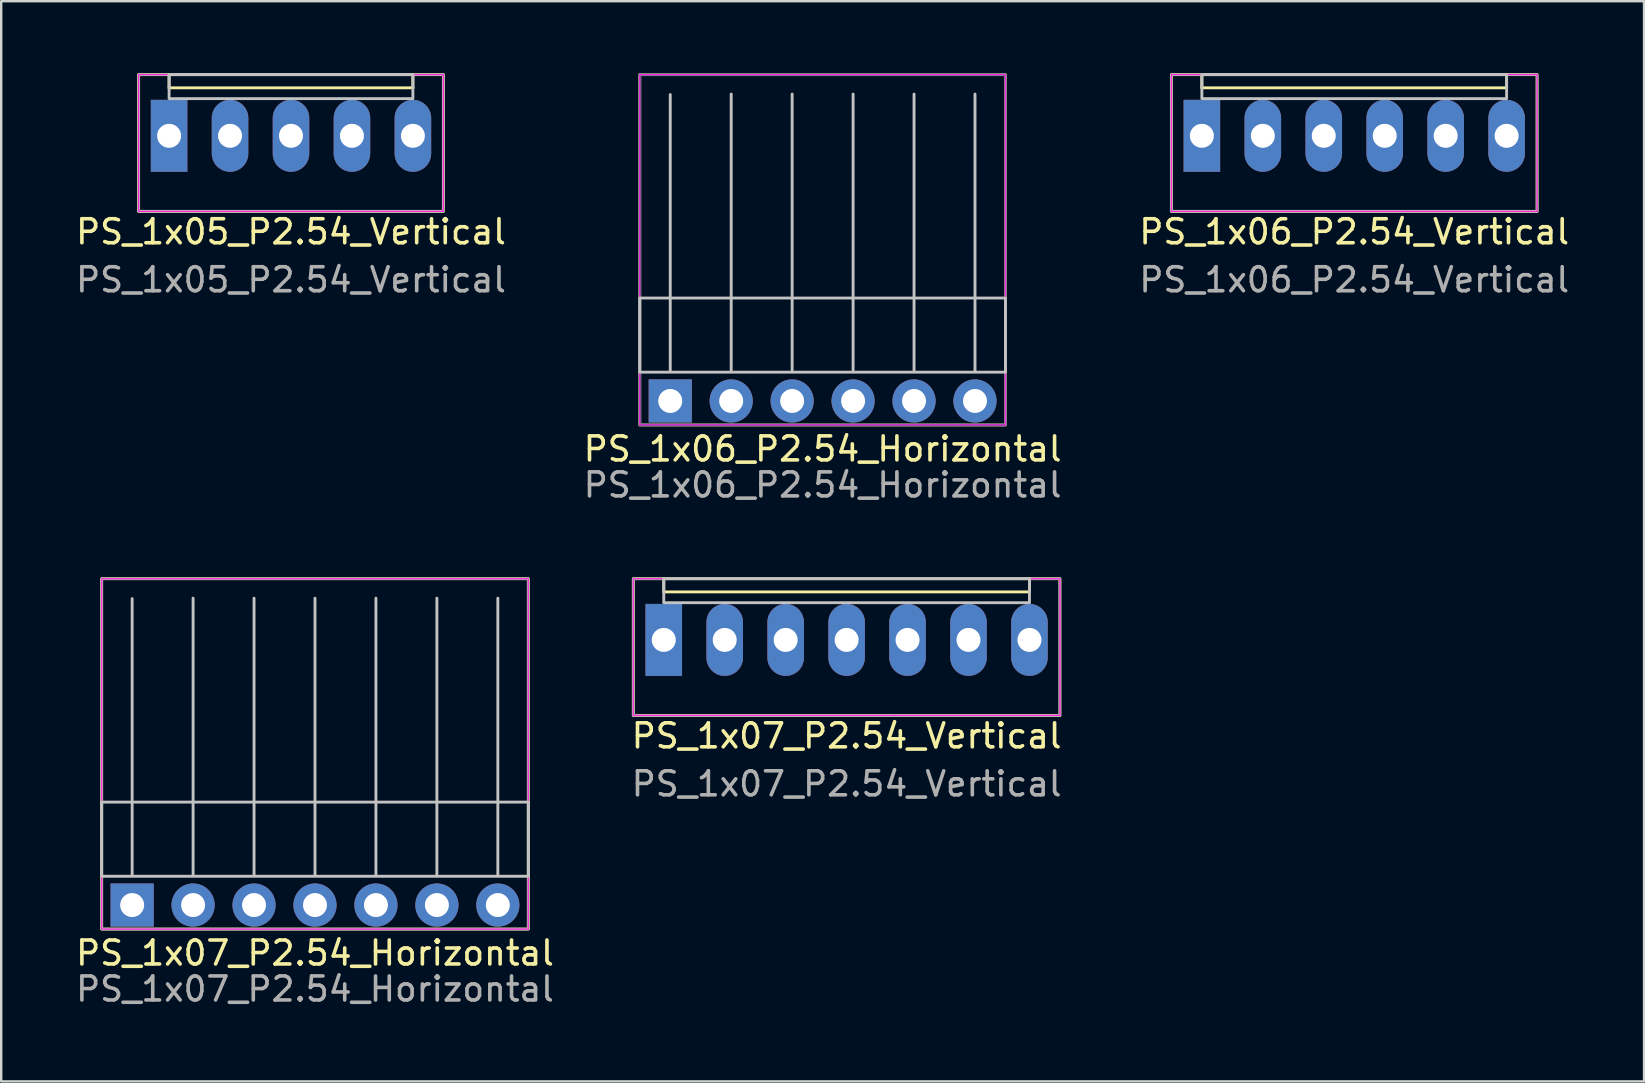
<source format=kicad_pcb>
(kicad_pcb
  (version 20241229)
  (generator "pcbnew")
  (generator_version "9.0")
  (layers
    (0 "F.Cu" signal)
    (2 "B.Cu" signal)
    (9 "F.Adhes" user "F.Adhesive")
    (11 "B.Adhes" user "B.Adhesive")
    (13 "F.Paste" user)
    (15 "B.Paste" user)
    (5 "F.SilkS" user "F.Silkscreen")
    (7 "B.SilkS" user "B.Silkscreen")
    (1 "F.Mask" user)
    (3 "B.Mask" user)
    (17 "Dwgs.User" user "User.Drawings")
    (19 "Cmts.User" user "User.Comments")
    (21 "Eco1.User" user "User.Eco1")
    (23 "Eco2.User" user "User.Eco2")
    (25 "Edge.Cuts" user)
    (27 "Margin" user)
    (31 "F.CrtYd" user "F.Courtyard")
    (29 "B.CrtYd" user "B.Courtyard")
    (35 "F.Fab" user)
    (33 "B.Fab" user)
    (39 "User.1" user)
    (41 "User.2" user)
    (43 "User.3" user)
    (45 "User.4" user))
  (footprint "PS_1x05_P2.54_Vertical"
    (layer "F.Cu")
    (at 3.997 2.61)
    (property "Reference" "PS_1x05_P2.54_Vertical" (at 5.08 4 0) (layer "F.SilkS") (effects (font (size 1 1) (thickness 0.15))))
    (attr through_hole)
    (fp_line (start 0 -2) (end 0 -2.55) (stroke (width 0.12) (type default)) (layer "F.SilkS"))
    (fp_line (start 0 -2) (end 10.16 -2) (stroke (width 0.12) (type default)) (layer "F.SilkS"))
    (fp_line (start 10.16 -2) (end 10.16 -2.55) (stroke (width 0.12) (type default)) (layer "F.SilkS"))
    (fp_rect (start -1.27 -2.55) (end 11.43 3.15) (stroke (width 0.12) (type default)) (fill no) (layer "F.SilkS"))
    (fp_rect (start 0 -2.55) (end 10.16 -1.55) (stroke (width 0.12) (type solid)) (fill no) (layer "Dwgs.User"))
    (fp_rect (start -1.27 -2.55) (end 11.43 3.15) (stroke (width 0.05) (type default)) (fill no) (layer "F.CrtYd"))
    (fp_rect (start -1.27 -2.55) (end 11.43 3.15) (stroke (width 0.1) (type default)) (fill no) (layer "F.Fab"))
    (fp_text user "${REFERENCE}" (at 5.08 6 0) (layer "F.Fab") (effects (font (size 1 1) (thickness 0.15))))
    (pad "1" thru_hole rect (at 0 0) (size 1.524 3) (drill 1) (layers "*.Cu" "*.Mask"))
    (pad "2" thru_hole oval (at 2.54 0) (size 1.524 3) (drill 1) (layers "*.Cu" "*.Mask"))
    (pad "3" thru_hole oval (at 5.08 0) (size 1.524 3) (drill 1) (layers "*.Cu" "*.Mask"))
    (pad "4" thru_hole oval (at 7.62 0) (size 1.524 3) (drill 1) (layers "*.Cu" "*.Mask"))
    (pad "5" thru_hole oval (at 10.16 0) (size 1.524 3) (drill 1) (layers "*.Cu" "*.Mask")))
  (footprint "PS_1x07_P2.54_Horizontal"
    (layer "F.Cu")
    (at 2.457 34.668)
    (property "Reference" "PS_1x07_P2.54_Horizontal" (at 7.62 2 0) (layer "F.SilkS") (effects (font (size 1 1) (thickness 0.15))))
    (attr through_hole)
    (fp_rect (start -1.27 -13.6) (end 16.51 1) (stroke (width 0.12) (type default)) (fill no) (layer "F.SilkS"))
    (fp_line (start 0 -1.27) (end 0 -12.77) (stroke (width 0.12) (type solid)) (layer "Dwgs.User"))
    (fp_line (start 2.54 -1.27) (end 2.54 -12.79) (stroke (width 0.12) (type solid)) (layer "Dwgs.User"))
    (fp_line (start 5.08 -1.27) (end 5.08 -12.79) (stroke (width 0.12) (type solid)) (layer "Dwgs.User"))
    (fp_line (start 7.62 -1.27) (end 7.62 -12.79) (stroke (width 0.12) (type solid)) (layer "Dwgs.User"))
    (fp_line (start 10.16 -1.27) (end 10.16 -12.79) (stroke (width 0.12) (type solid)) (layer "Dwgs.User"))
    (fp_line (start 12.7 -1.27) (end 12.7 -12.79) (stroke (width 0.12) (type solid)) (layer "Dwgs.User"))
    (fp_line (start 15.24 -1.27) (end 15.24 -12.79) (stroke (width 0.12) (type solid)) (layer "Dwgs.User"))
    (fp_rect (start -1.27 -4.29) (end 16.51 -1.2) (stroke (width 0.12) (type solid)) (fill no) (layer "Dwgs.User"))
    (fp_rect (start -1.27 -13.6) (end 16.51 1) (stroke (width 0.05) (type default)) (fill no) (layer "F.CrtYd"))
    (fp_rect (start -1.27 -13.6) (end 16.51 1) (stroke (width 0.1) (type default)) (fill no) (layer "F.Fab"))
    (fp_text user "${REFERENCE}" (at 7.62 3.5 0) (layer "F.Fab") (effects (font (size 1 1) (thickness 0.15))))
    (pad "1" thru_hole rect (at 0 0) (size 1.8 1.8) (drill 1) (layers "*.Cu" "*.Mask"))
    (pad "2" thru_hole circle (at 2.54 0) (size 1.8 1.8) (drill 1) (layers "*.Cu" "*.Mask"))
    (pad "3" thru_hole circle (at 5.08 0) (size 1.8 1.8) (drill 1) (layers "*.Cu" "*.Mask"))
    (pad "4" thru_hole circle (at 7.62 0) (size 1.8 1.8) (drill 1) (layers "*.Cu" "*.Mask"))
    (pad "5" thru_hole circle (at 10.16 0) (size 1.8 1.8) (drill 1) (layers "*.Cu" "*.Mask"))
    (pad "6" thru_hole circle (at 12.7 0) (size 1.8 1.8) (drill 1) (layers "*.Cu" "*.Mask"))
    (pad "7" thru_hole circle (at 15.24 0) (size 1.8 1.8) (drill 1) (layers "*.Cu" "*.Mask")))
  (footprint "PS_1x06_P2.54_Vertical"
    (layer "F.Cu")
    (at 47.037 2.61)
    (property "Reference" "PS_1x06_P2.54_Vertical" (at 6.35 4 0) (layer "F.SilkS") (effects (font (size 1 1) (thickness 0.15))))
    (attr through_hole)
    (fp_line (start 0 -2) (end 0 -2.55) (stroke (width 0.12) (type default)) (layer "F.SilkS"))
    (fp_line (start 0 -2) (end 12.7 -2) (stroke (width 0.12) (type default)) (layer "F.SilkS"))
    (fp_line (start 12.7 -2) (end 12.7 -2.55) (stroke (width 0.12) (type default)) (layer "F.SilkS"))
    (fp_rect (start -1.27 -2.55) (end 13.97 3.15) (stroke (width 0.12) (type default)) (fill no) (layer "F.SilkS"))
    (fp_rect (start 0 -2.55) (end 12.7 -1.55) (stroke (width 0.12) (type solid)) (fill no) (layer "Dwgs.User"))
    (fp_rect (start -1.27 -2.55) (end 13.97 3.15) (stroke (width 0.05) (type default)) (fill no) (layer "F.CrtYd"))
    (fp_rect (start -1.27 -2.55) (end 13.97 3.15) (stroke (width 0.1) (type default)) (fill no) (layer "F.Fab"))
    (fp_text user "${REFERENCE}" (at 6.35 6 0) (layer "F.Fab") (effects (font (size 1 1) (thickness 0.15))))
    (pad "1" thru_hole rect (at 0 0) (size 1.524 3) (drill 1) (layers "*.Cu" "*.Mask"))
    (pad "2" thru_hole oval (at 2.54 0) (size 1.524 3) (drill 1) (layers "*.Cu" "*.Mask"))
    (pad "3" thru_hole oval (at 5.08 0) (size 1.524 3) (drill 1) (layers "*.Cu" "*.Mask"))
    (pad "4" thru_hole oval (at 7.62 0) (size 1.524 3) (drill 1) (layers "*.Cu" "*.Mask"))
    (pad "5" thru_hole oval (at 10.16 0) (size 1.524 3) (drill 1) (layers "*.Cu" "*.Mask"))
    (pad "6" thru_hole oval (at 12.7 0) (size 1.524 3) (drill 1) (layers "*.Cu" "*.Mask")))
  (footprint "PS_1x07_P2.54_Vertical"
    (layer "F.Cu")
    (at 24.612 23.618)
    (property "Reference" "PS_1x07_P2.54_Vertical" (at 7.62 4 0) (layer "F.SilkS") (effects (font (size 1 1) (thickness 0.15))))
    (attr through_hole)
    (fp_line (start 0 -2) (end 0 -2.55) (stroke (width 0.12) (type default)) (layer "F.SilkS"))
    (fp_line (start 0 -2) (end 15.24 -2) (stroke (width 0.12) (type default)) (layer "F.SilkS"))
    (fp_line (start 15.24 -2) (end 15.24 -2.55) (stroke (width 0.12) (type default)) (layer "F.SilkS"))
    (fp_rect (start -1.27 -2.55) (end 16.51 3.15) (stroke (width 0.12) (type default)) (fill no) (layer "F.SilkS"))
    (fp_rect (start 0 -2.55) (end 15.24 -1.55) (stroke (width 0.12) (type solid)) (fill no) (layer "Dwgs.User"))
    (fp_rect (start -1.27 -2.55) (end 16.51 3.15) (stroke (width 0.05) (type default)) (fill no) (layer "F.CrtYd"))
    (fp_rect (start -1.27 -2.55) (end 16.51 3.15) (stroke (width 0.1) (type default)) (fill no) (layer "F.Fab"))
    (fp_text user "${REFERENCE}" (at 7.62 6 0) (layer "F.Fab") (effects (font (size 1 1) (thickness 0.15))))
    (pad "1" thru_hole rect (at 0 0) (size 1.524 3) (drill 1) (layers "*.Cu" "*.Mask"))
    (pad "2" thru_hole oval (at 2.54 0) (size 1.524 3) (drill 1) (layers "*.Cu" "*.Mask"))
    (pad "3" thru_hole oval (at 5.08 0) (size 1.524 3) (drill 1) (layers "*.Cu" "*.Mask"))
    (pad "4" thru_hole oval (at 7.62 0) (size 1.524 3) (drill 1) (layers "*.Cu" "*.Mask"))
    (pad "5" thru_hole oval (at 10.16 0) (size 1.524 3) (drill 1) (layers "*.Cu" "*.Mask"))
    (pad "6" thru_hole oval (at 12.7 0) (size 1.524 3) (drill 1) (layers "*.Cu" "*.Mask"))
    (pad "7" thru_hole oval (at 15.24 0) (size 1.524 3) (drill 1) (layers "*.Cu" "*.Mask")))
  (footprint "PS_1x06_P2.54_Horizontal"
    (layer "F.Cu")
    (at 24.882 13.66)
    (property "Reference" "PS_1x06_P2.54_Horizontal" (at 6.35 2 0) (layer "F.SilkS") (effects (font (size 1 1) (thickness 0.15))))
    (attr through_hole)
    (fp_rect (start -1.27 -13.6) (end 13.97 1) (stroke (width 0.12) (type default)) (fill no) (layer "F.SilkS"))
    (fp_line (start 0 -1.27) (end 0 -12.77) (stroke (width 0.12) (type solid)) (layer "Dwgs.User"))
    (fp_line (start 2.54 -1.27) (end 2.54 -12.79) (stroke (width 0.12) (type solid)) (layer "Dwgs.User"))
    (fp_line (start 5.08 -1.27) (end 5.08 -12.79) (stroke (width 0.12) (type solid)) (layer "Dwgs.User"))
    (fp_line (start 7.62 -1.27) (end 7.62 -12.79) (stroke (width 0.12) (type solid)) (layer "Dwgs.User"))
    (fp_line (start 10.16 -1.27) (end 10.16 -12.79) (stroke (width 0.12) (type solid)) (layer "Dwgs.User"))
    (fp_line (start 12.7 -1.27) (end 12.7 -12.79) (stroke (width 0.12) (type solid)) (layer "Dwgs.User"))
    (fp_rect (start -1.27 -4.29) (end 13.97 -1.2) (stroke (width 0.12) (type solid)) (fill no) (layer "Dwgs.User"))
    (fp_rect (start -1.27 -13.6) (end 13.97 1) (stroke (width 0.05) (type default)) (fill no) (layer "F.CrtYd"))
    (fp_rect (start -1.27 -13.6) (end 13.97 1) (stroke (width 0.1) (type default)) (fill no) (layer "B.Fab"))
    (fp_text user "${REFERENCE}" (at 6.35 3.5 0) (layer "F.Fab") (effects (font (size 1 1) (thickness 0.15))))
    (pad "1" thru_hole rect (at 0 0) (size 1.8 1.8) (drill 1) (layers "*.Cu" "*.Mask"))
    (pad "2" thru_hole circle (at 2.54 0) (size 1.8 1.8) (drill 1) (layers "*.Cu" "*.Mask"))
    (pad "3" thru_hole circle (at 5.08 0) (size 1.8 1.8) (drill 1) (layers "*.Cu" "*.Mask"))
    (pad "4" thru_hole circle (at 7.62 0) (size 1.8 1.8) (drill 1) (layers "*.Cu" "*.Mask"))
    (pad "5" thru_hole circle (at 10.16 0) (size 1.8 1.8) (drill 1) (layers "*.Cu" "*.Mask"))
    (pad "6" thru_hole circle (at 12.7 0) (size 1.8 1.8) (drill 1) (layers "*.Cu" "*.Mask")))
  (gr_rect
    (start -3 -3)
    (end 65.464 42.017)
    (stroke (width 0.1) (type default))
    (fill no)
    (layer "Edge.Cuts")))
</source>
